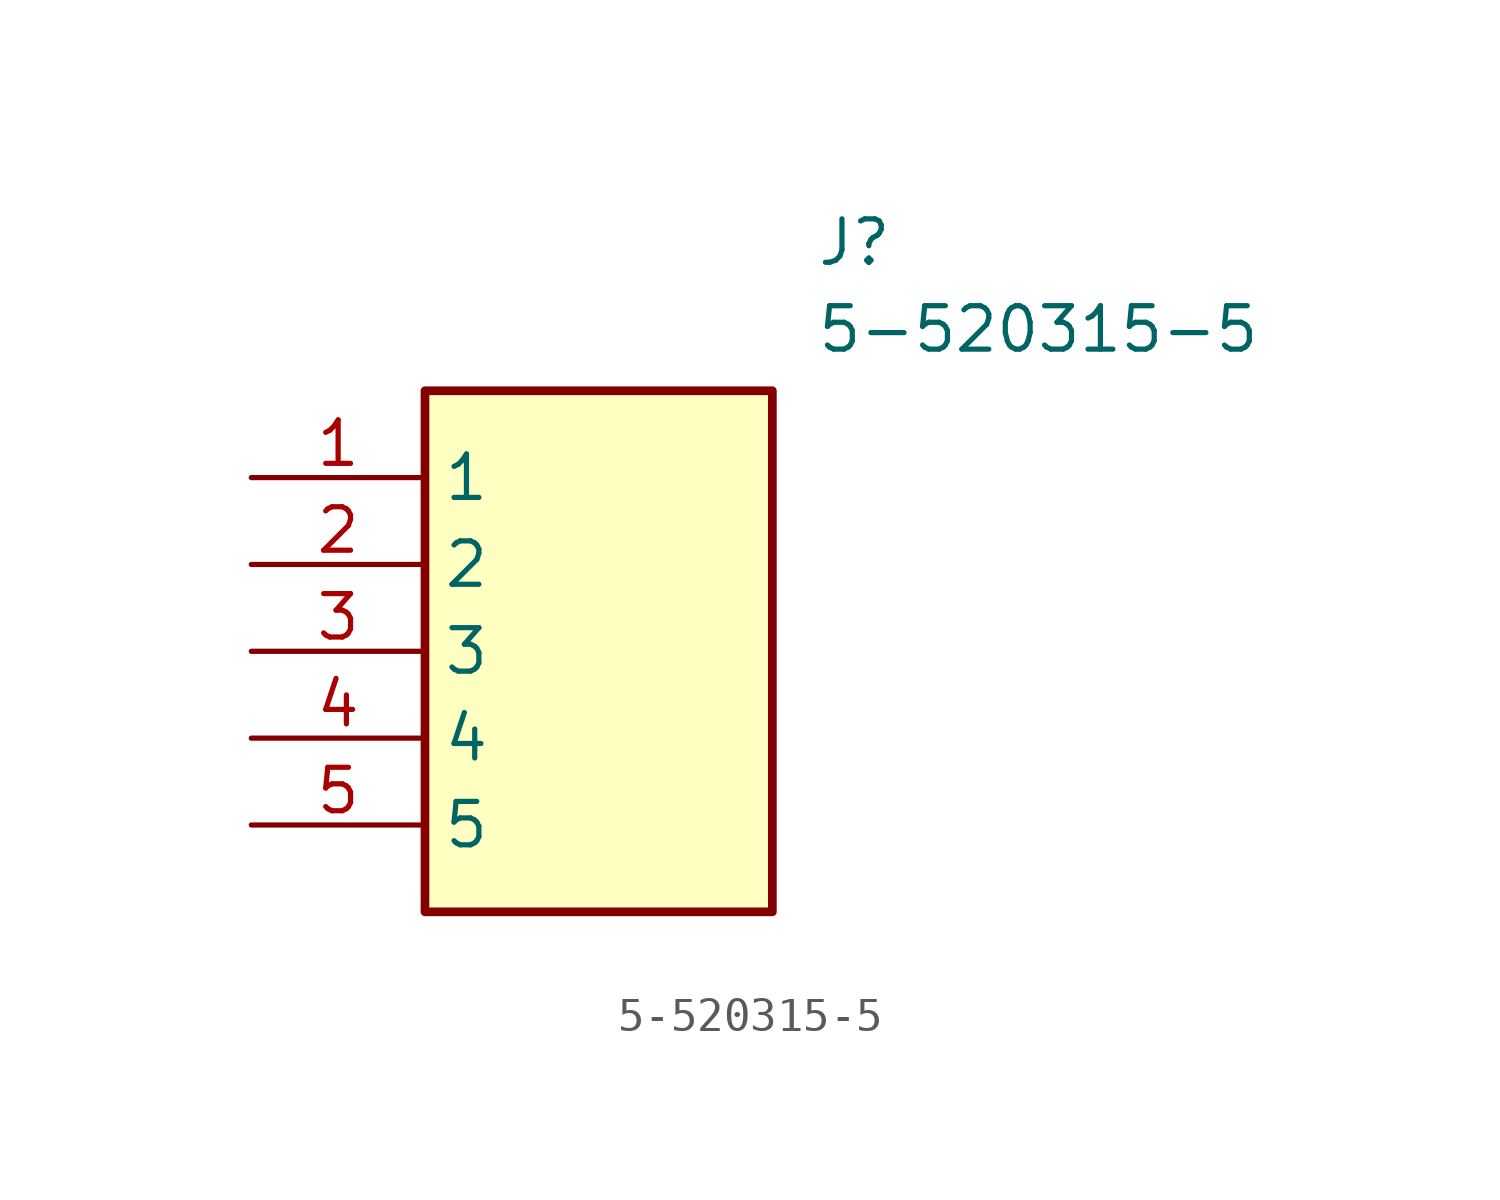
<source format=kicad_sym>
(kicad_symbol_lib
  (version 20211014)
  (generator SamacSys_ECAD_Model)
  (symbol "5-520315-5"
    (property "Reference" "J"
      (at 16.51 7.62 0)
      (effects (font (size 1.27 1.27)) (justify left top)))
    (property "Value" "5-520315-5"
      (at 16.51 5.08 0)
      (effects (font (size 1.27 1.27)) (justify left top)))
    (rectangle
      (start 5.08 2.54)
      (end 15.24 -12.7)
      (stroke (width 0.254) (type default))
      (fill (type background)))
    (pin passive line
      (at 0 0 0)
      (length 5.08)
      (name "1" (effects (font (size 1.27 1.27))))
      (number "1" (effects (font (size 1.27 1.27)))))
    (pin passive line
      (at 0 -2.54 0)
      (length 5.08)
      (name "2" (effects (font (size 1.27 1.27))))
      (number "2" (effects (font (size 1.27 1.27)))))
    (pin passive line
      (at 0 -5.08 0)
      (length 5.08)
      (name "3" (effects (font (size 1.27 1.27))))
      (number "3" (effects (font (size 1.27 1.27)))))
    (pin passive line
      (at 0 -7.62 0)
      (length 5.08)
      (name "4" (effects (font (size 1.27 1.27))))
      (number "4" (effects (font (size 1.27 1.27)))))
    (pin passive line
      (at 0 -10.16 0)
      (length 5.08)
      (name "5" (effects (font (size 1.27 1.27))))
      (number "5" (effects (font (size 1.27 1.27)))))))
</source>
